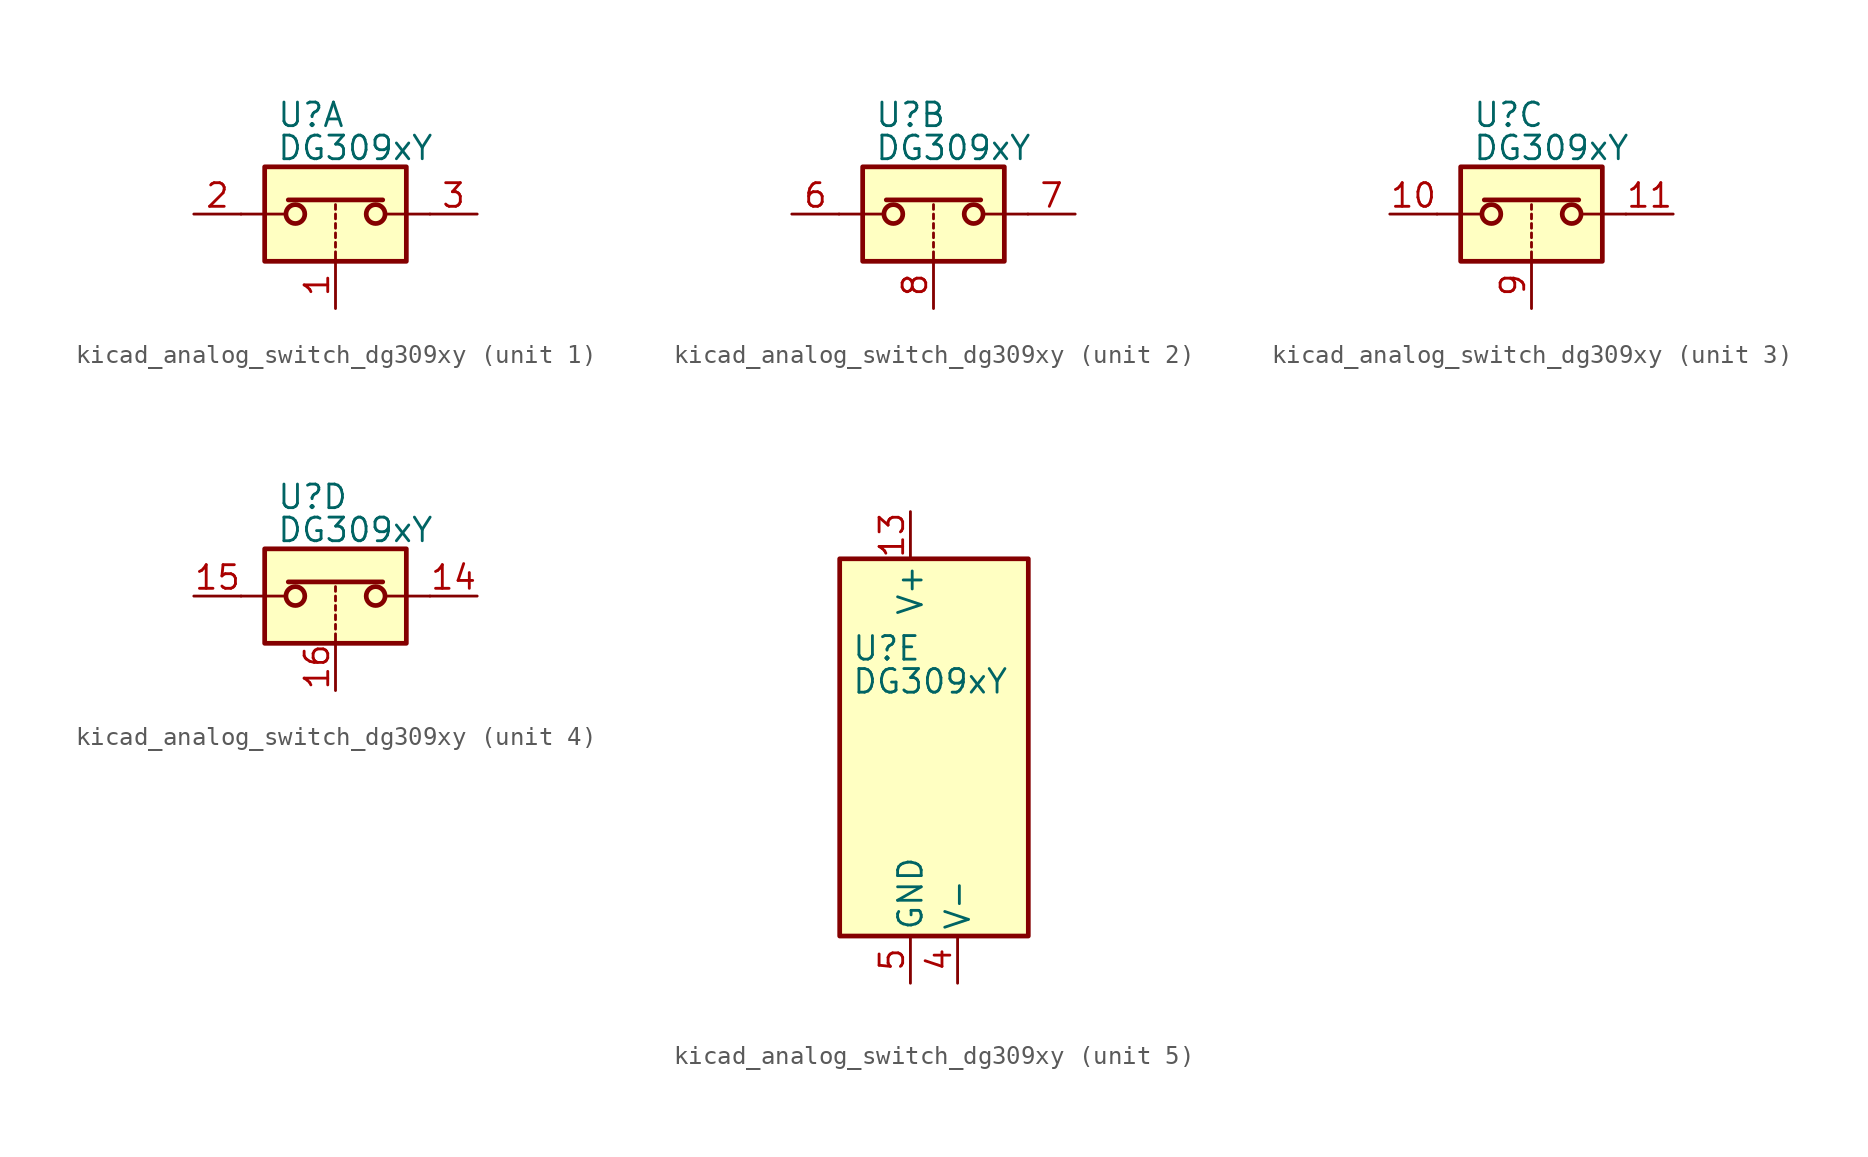
<source format=kicad_sym>
(kicad_symbol_lib
  (version 20220914)
  (generator kicad_symbol_editor)
  (symbol "kicad_analog_switch_dg309xy"
    (pin_names
      (offset 0.254))
    (property "Reference" "U"
      (at -3.175 5.334 0)
      (effects (font (size 1.27 1.27)) (justify left)))
    (property "Value" "DG309xY"
      (at -3.175 3.556 0)
      (effects (font (size 1.27 1.27)) (justify left)))
    (symbol "kicad_analog_switch_dg309xy_1_1"
      (rectangle (start -3.81 2.54) (end 3.81 -2.54) (stroke (width 0.254) (type default)) (fill (type background)))
      (circle (center -2.159 0) (radius 0.508) (stroke (width 0.254) (type default)) (fill (type none)))
      (polyline (pts (xy -5.08 0) (xy -2.794 0)) (stroke (width 0) (type default)) (fill (type none)))
      (polyline (pts (xy -2.54 0.762) (xy 2.54 0.762)) (stroke (width 0.254) (type default)) (fill (type none)))
      (polyline (pts (xy 0 -2.54) (xy 0 -2.032)) (stroke (width 0) (type default)) (fill (type none)))
      (polyline (pts (xy 0 -1.778) (xy 0 -1.524)) (stroke (width 0) (type default)) (fill (type none)))
      (polyline (pts (xy 0 -1.27) (xy 0 -1.016)) (stroke (width 0) (type default)) (fill (type none)))
      (polyline (pts (xy 0 -0.762) (xy 0 -0.508)) (stroke (width 0) (type default)) (fill (type none)))
      (polyline (pts (xy 0 -0.254) (xy 0 0)) (stroke (width 0) (type default)) (fill (type none)))
      (polyline (pts (xy 0 0.254) (xy 0 0.508)) (stroke (width 0) (type default)) (fill (type none)))
      (polyline (pts (xy 5.08 0) (xy 2.794 0)) (stroke (width 0) (type default)) (fill (type none)))
      (circle (center 2.159 0) (radius 0.508) (stroke (width 0.254) (type default)) (fill (type none)))
      (pin input line (at 0 -5.08 90) (length 2.54) (name "~" (effects (font (size 1.27 1.27)))) (number "1" (effects (font (size 1.27 1.27)))))
      (pin passive line (at -7.62 0 0) (length 2.54) (name "~" (effects (font (size 1.27 1.27)))) (number "2" (effects (font (size 1.27 1.27)))))
      (pin passive line (at 7.62 0 180) (length 2.54) (name "~" (effects (font (size 1.27 1.27)))) (number "3" (effects (font (size 1.27 1.27))))))
    (symbol "kicad_analog_switch_dg309xy_2_1"
      (rectangle (start -3.81 2.54) (end 3.81 -2.54) (stroke (width 0.254) (type default)) (fill (type background)))
      (circle (center -2.159 0) (radius 0.508) (stroke (width 0.254) (type default)) (fill (type none)))
      (polyline (pts (xy -5.08 0) (xy -2.794 0)) (stroke (width 0) (type default)) (fill (type none)))
      (polyline (pts (xy -2.54 0.762) (xy 2.54 0.762)) (stroke (width 0.254) (type default)) (fill (type none)))
      (polyline (pts (xy 0 -2.54) (xy 0 -2.032)) (stroke (width 0) (type default)) (fill (type none)))
      (polyline (pts (xy 0 -1.778) (xy 0 -1.524)) (stroke (width 0) (type default)) (fill (type none)))
      (polyline (pts (xy 0 -1.27) (xy 0 -1.016)) (stroke (width 0) (type default)) (fill (type none)))
      (polyline (pts (xy 0 -0.762) (xy 0 -0.508)) (stroke (width 0) (type default)) (fill (type none)))
      (polyline (pts (xy 0 -0.254) (xy 0 0)) (stroke (width 0) (type default)) (fill (type none)))
      (polyline (pts (xy 0 0.254) (xy 0 0.508)) (stroke (width 0) (type default)) (fill (type none)))
      (polyline (pts (xy 5.08 0) (xy 2.794 0)) (stroke (width 0) (type default)) (fill (type none)))
      (circle (center 2.159 0) (radius 0.508) (stroke (width 0.254) (type default)) (fill (type none)))
      (pin passive line (at -7.62 0 0) (length 2.54) (name "~" (effects (font (size 1.27 1.27)))) (number "6" (effects (font (size 1.27 1.27)))))
      (pin passive line (at 7.62 0 180) (length 2.54) (name "~" (effects (font (size 1.27 1.27)))) (number "7" (effects (font (size 1.27 1.27)))))
      (pin input line (at 0 -5.08 90) (length 2.54) (name "~" (effects (font (size 1.27 1.27)))) (number "8" (effects (font (size 1.27 1.27))))))
    (symbol "kicad_analog_switch_dg309xy_3_1"
      (rectangle (start -3.81 2.54) (end 3.81 -2.54) (stroke (width 0.254) (type default)) (fill (type background)))
      (circle (center -2.159 0) (radius 0.508) (stroke (width 0.254) (type default)) (fill (type none)))
      (polyline (pts (xy -5.08 0) (xy -2.794 0)) (stroke (width 0) (type default)) (fill (type none)))
      (polyline (pts (xy -2.54 0.762) (xy 2.54 0.762)) (stroke (width 0.254) (type default)) (fill (type none)))
      (polyline (pts (xy 0 -2.54) (xy 0 -2.032)) (stroke (width 0) (type default)) (fill (type none)))
      (polyline (pts (xy 0 -1.778) (xy 0 -1.524)) (stroke (width 0) (type default)) (fill (type none)))
      (polyline (pts (xy 0 -1.27) (xy 0 -1.016)) (stroke (width 0) (type default)) (fill (type none)))
      (polyline (pts (xy 0 -0.762) (xy 0 -0.508)) (stroke (width 0) (type default)) (fill (type none)))
      (polyline (pts (xy 0 -0.254) (xy 0 0)) (stroke (width 0) (type default)) (fill (type none)))
      (polyline (pts (xy 0 0.254) (xy 0 0.508)) (stroke (width 0) (type default)) (fill (type none)))
      (polyline (pts (xy 5.08 0) (xy 2.794 0)) (stroke (width 0) (type default)) (fill (type none)))
      (circle (center 2.159 0) (radius 0.508) (stroke (width 0.254) (type default)) (fill (type none)))
      (pin passive line (at -7.62 0 0) (length 2.54) (name "~" (effects (font (size 1.27 1.27)))) (number "10" (effects (font (size 1.27 1.27)))))
      (pin passive line (at 7.62 0 180) (length 2.54) (name "~" (effects (font (size 1.27 1.27)))) (number "11" (effects (font (size 1.27 1.27)))))
      (pin input line (at 0 -5.08 90) (length 2.54) (name "~" (effects (font (size 1.27 1.27)))) (number "9" (effects (font (size 1.27 1.27))))))
    (symbol "kicad_analog_switch_dg309xy_4_1"
      (rectangle (start -3.81 2.54) (end 3.81 -2.54) (stroke (width 0.254) (type default)) (fill (type background)))
      (circle (center -2.159 0) (radius 0.508) (stroke (width 0.254) (type default)) (fill (type none)))
      (polyline (pts (xy -5.08 0) (xy -2.794 0)) (stroke (width 0) (type default)) (fill (type none)))
      (polyline (pts (xy -2.54 0.762) (xy 2.54 0.762)) (stroke (width 0.254) (type default)) (fill (type none)))
      (polyline (pts (xy 0 -2.54) (xy 0 -2.032)) (stroke (width 0) (type default)) (fill (type none)))
      (polyline (pts (xy 0 -1.778) (xy 0 -1.524)) (stroke (width 0) (type default)) (fill (type none)))
      (polyline (pts (xy 0 -1.27) (xy 0 -1.016)) (stroke (width 0) (type default)) (fill (type none)))
      (polyline (pts (xy 0 -0.762) (xy 0 -0.508)) (stroke (width 0) (type default)) (fill (type none)))
      (polyline (pts (xy 0 -0.254) (xy 0 0)) (stroke (width 0) (type default)) (fill (type none)))
      (polyline (pts (xy 0 0.254) (xy 0 0.508)) (stroke (width 0) (type default)) (fill (type none)))
      (polyline (pts (xy 5.08 0) (xy 2.794 0)) (stroke (width 0) (type default)) (fill (type none)))
      (circle (center 2.159 0) (radius 0.508) (stroke (width 0.254) (type default)) (fill (type none)))
      (pin passive line (at 7.62 0 180) (length 2.54) (name "~" (effects (font (size 1.27 1.27)))) (number "14" (effects (font (size 1.27 1.27)))))
      (pin passive line (at -7.62 0 0) (length 2.54) (name "~" (effects (font (size 1.27 1.27)))) (number "15" (effects (font (size 1.27 1.27)))))
      (pin input line (at 0 -5.08 90) (length 2.54) (name "~" (effects (font (size 1.27 1.27)))) (number "16" (effects (font (size 1.27 1.27))))))
    (symbol "kicad_analog_switch_dg309xy_5_0"
      (pin no_connect line (at 2.54 10.16 270) (length 2.54) hide (name "NC" (effects (font (size 1.27 1.27)))) (number "12" (effects (font (size 1.27 1.27)))))
      (pin power_in line (at 0 12.7 270) (length 2.54) (name "V+" (effects (font (size 1.27 1.27)))) (number "13" (effects (font (size 1.27 1.27)))))
      (pin power_in line (at 2.54 -12.7 90) (length 2.54) (name "V-" (effects (font (size 1.27 1.27)))) (number "4" (effects (font (size 1.27 1.27)))))
      (pin power_in line (at 0 -12.7 90) (length 2.54) (name "GND" (effects (font (size 1.27 1.27)))) (number "5" (effects (font (size 1.27 1.27))))))
    (symbol "kicad_analog_switch_dg309xy_5_1"
      (rectangle (start -3.81 10.16) (end 6.35 -10.16) (stroke (width 0.254) (type default)) (fill (type background))))))
</source>
